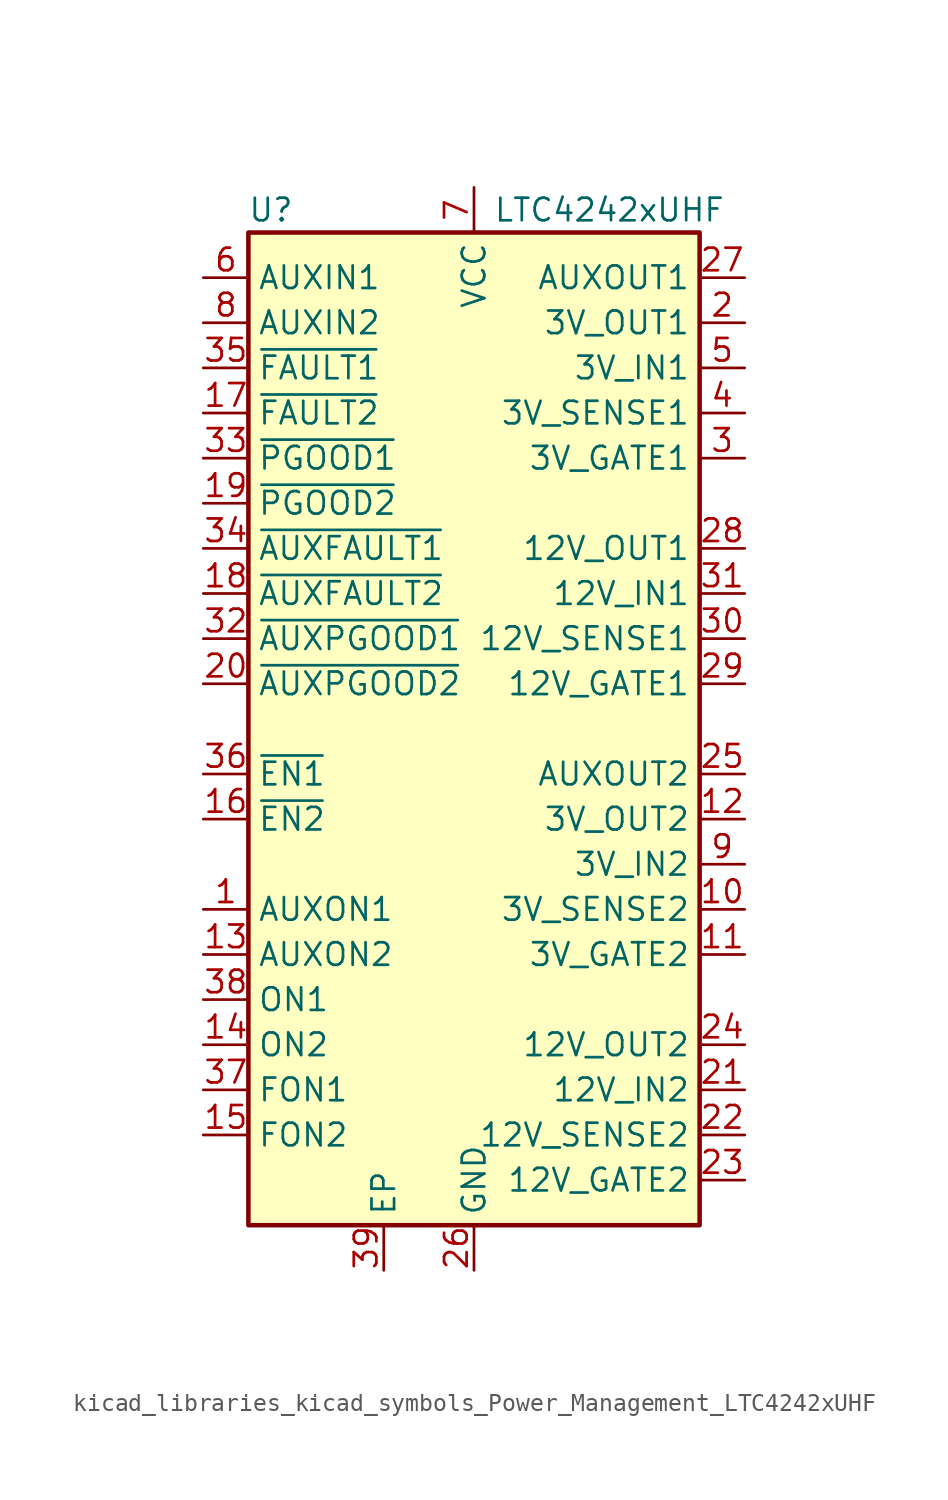
<source format=kicad_sym>
(kicad_symbol_lib
  (version 20220914)
  (generator kicad_symbol_editor)
  (symbol "kicad_libraries_kicad_symbols_Power_Management_LTC4242xUHF"
    (property "Reference" "U"
      (at -11.43 29.21 0)
      (effects (font (size 1.27 1.27))))
    (property "Value" "LTC4242xUHF"
      (at 7.62 29.21 0)
      (effects (font (size 1.27 1.27))))
    (symbol "kicad_libraries_kicad_symbols_Power_Management_LTC4242xUHF_0_1"
      (rectangle (start -12.7 27.94) (end 12.7 -27.94) (stroke (width 0.254) (type default)) (fill (type background))))
    (symbol "kicad_libraries_kicad_symbols_Power_Management_LTC4242xUHF_1_1"
      (pin input line (at -15.24 -10.16 0) (length 2.54) (name "AUXON1" (effects (font (size 1.27 1.27)))) (number "1" (effects (font (size 1.27 1.27)))))
      (pin input line (at 15.24 -10.16 180) (length 2.54) (name "3V_SENSE2" (effects (font (size 1.27 1.27)))) (number "10" (effects (font (size 1.27 1.27)))))
      (pin output line (at 15.24 -12.7 180) (length 2.54) (name "3V_GATE2" (effects (font (size 1.27 1.27)))) (number "11" (effects (font (size 1.27 1.27)))))
      (pin open_collector line (at 15.24 -5.08 180) (length 2.54) (name "3V_OUT2" (effects (font (size 1.27 1.27)))) (number "12" (effects (font (size 1.27 1.27)))))
      (pin input line (at -15.24 -12.7 0) (length 2.54) (name "AUXON2" (effects (font (size 1.27 1.27)))) (number "13" (effects (font (size 1.27 1.27)))))
      (pin input line (at -15.24 -17.78 0) (length 2.54) (name "ON2" (effects (font (size 1.27 1.27)))) (number "14" (effects (font (size 1.27 1.27)))))
      (pin input line (at -15.24 -22.86 0) (length 2.54) (name "FON2" (effects (font (size 1.27 1.27)))) (number "15" (effects (font (size 1.27 1.27)))))
      (pin input line (at -15.24 -5.08 0) (length 2.54) (name "~{EN2}" (effects (font (size 1.27 1.27)))) (number "16" (effects (font (size 1.27 1.27)))))
      (pin open_collector line (at -15.24 17.78 0) (length 2.54) (name "~{FAULT2}" (effects (font (size 1.27 1.27)))) (number "17" (effects (font (size 1.27 1.27)))))
      (pin open_collector line (at -15.24 7.62 0) (length 2.54) (name "~{AUXFAULT2}" (effects (font (size 1.27 1.27)))) (number "18" (effects (font (size 1.27 1.27)))))
      (pin open_collector line (at -15.24 12.7 0) (length 2.54) (name "~{PGOOD2}" (effects (font (size 1.27 1.27)))) (number "19" (effects (font (size 1.27 1.27)))))
      (pin open_collector line (at 15.24 22.86 180) (length 2.54) (name "3V_OUT1" (effects (font (size 1.27 1.27)))) (number "2" (effects (font (size 1.27 1.27)))))
      (pin open_collector line (at -15.24 2.54 0) (length 2.54) (name "~{AUXPGOOD2}" (effects (font (size 1.27 1.27)))) (number "20" (effects (font (size 1.27 1.27)))))
      (pin power_in line (at 15.24 -20.32 180) (length 2.54) (name "12V_IN2" (effects (font (size 1.27 1.27)))) (number "21" (effects (font (size 1.27 1.27)))))
      (pin input line (at 15.24 -22.86 180) (length 2.54) (name "12V_SENSE2" (effects (font (size 1.27 1.27)))) (number "22" (effects (font (size 1.27 1.27)))))
      (pin output line (at 15.24 -25.4 180) (length 2.54) (name "12V_GATE2" (effects (font (size 1.27 1.27)))) (number "23" (effects (font (size 1.27 1.27)))))
      (pin open_collector line (at 15.24 -17.78 180) (length 2.54) (name "12V_OUT2" (effects (font (size 1.27 1.27)))) (number "24" (effects (font (size 1.27 1.27)))))
      (pin output line (at 15.24 -2.54 180) (length 2.54) (name "AUXOUT2" (effects (font (size 1.27 1.27)))) (number "25" (effects (font (size 1.27 1.27)))))
      (pin power_in line (at 0 -30.48 90) (length 2.54) (name "GND" (effects (font (size 1.27 1.27)))) (number "26" (effects (font (size 1.27 1.27)))))
      (pin output line (at 15.24 25.4 180) (length 2.54) (name "AUXOUT1" (effects (font (size 1.27 1.27)))) (number "27" (effects (font (size 1.27 1.27)))))
      (pin open_collector line (at 15.24 10.16 180) (length 2.54) (name "12V_OUT1" (effects (font (size 1.27 1.27)))) (number "28" (effects (font (size 1.27 1.27)))))
      (pin output line (at 15.24 2.54 180) (length 2.54) (name "12V_GATE1" (effects (font (size 1.27 1.27)))) (number "29" (effects (font (size 1.27 1.27)))))
      (pin output line (at 15.24 15.24 180) (length 2.54) (name "3V_GATE1" (effects (font (size 1.27 1.27)))) (number "3" (effects (font (size 1.27 1.27)))))
      (pin input line (at 15.24 5.08 180) (length 2.54) (name "12V_SENSE1" (effects (font (size 1.27 1.27)))) (number "30" (effects (font (size 1.27 1.27)))))
      (pin power_in line (at 15.24 7.62 180) (length 2.54) (name "12V_IN1" (effects (font (size 1.27 1.27)))) (number "31" (effects (font (size 1.27 1.27)))))
      (pin open_collector line (at -15.24 5.08 0) (length 2.54) (name "~{AUXPGOOD1}" (effects (font (size 1.27 1.27)))) (number "32" (effects (font (size 1.27 1.27)))))
      (pin open_collector line (at -15.24 15.24 0) (length 2.54) (name "~{PGOOD1}" (effects (font (size 1.27 1.27)))) (number "33" (effects (font (size 1.27 1.27)))))
      (pin open_collector line (at -15.24 10.16 0) (length 2.54) (name "~{AUXFAULT1}" (effects (font (size 1.27 1.27)))) (number "34" (effects (font (size 1.27 1.27)))))
      (pin open_collector line (at -15.24 20.32 0) (length 2.54) (name "~{FAULT1}" (effects (font (size 1.27 1.27)))) (number "35" (effects (font (size 1.27 1.27)))))
      (pin input line (at -15.24 -2.54 0) (length 2.54) (name "~{EN1}" (effects (font (size 1.27 1.27)))) (number "36" (effects (font (size 1.27 1.27)))))
      (pin input line (at -15.24 -20.32 0) (length 2.54) (name "FON1" (effects (font (size 1.27 1.27)))) (number "37" (effects (font (size 1.27 1.27)))))
      (pin input line (at -15.24 -15.24 0) (length 2.54) (name "ON1" (effects (font (size 1.27 1.27)))) (number "38" (effects (font (size 1.27 1.27)))))
      (pin power_in line (at -5.08 -30.48 90) (length 2.54) (name "EP" (effects (font (size 1.27 1.27)))) (number "39" (effects (font (size 1.27 1.27)))))
      (pin input line (at 15.24 17.78 180) (length 2.54) (name "3V_SENSE1" (effects (font (size 1.27 1.27)))) (number "4" (effects (font (size 1.27 1.27)))))
      (pin power_in line (at 15.24 20.32 180) (length 2.54) (name "3V_IN1" (effects (font (size 1.27 1.27)))) (number "5" (effects (font (size 1.27 1.27)))))
      (pin input line (at -15.24 25.4 0) (length 2.54) (name "AUXIN1" (effects (font (size 1.27 1.27)))) (number "6" (effects (font (size 1.27 1.27)))))
      (pin power_in line (at 0 30.48 270) (length 2.54) (name "VCC" (effects (font (size 1.27 1.27)))) (number "7" (effects (font (size 1.27 1.27)))))
      (pin input line (at -15.24 22.86 0) (length 2.54) (name "AUXIN2" (effects (font (size 1.27 1.27)))) (number "8" (effects (font (size 1.27 1.27)))))
      (pin power_in line (at 15.24 -7.62 180) (length 2.54) (name "3V_IN2" (effects (font (size 1.27 1.27)))) (number "9" (effects (font (size 1.27 1.27))))))))
</source>
